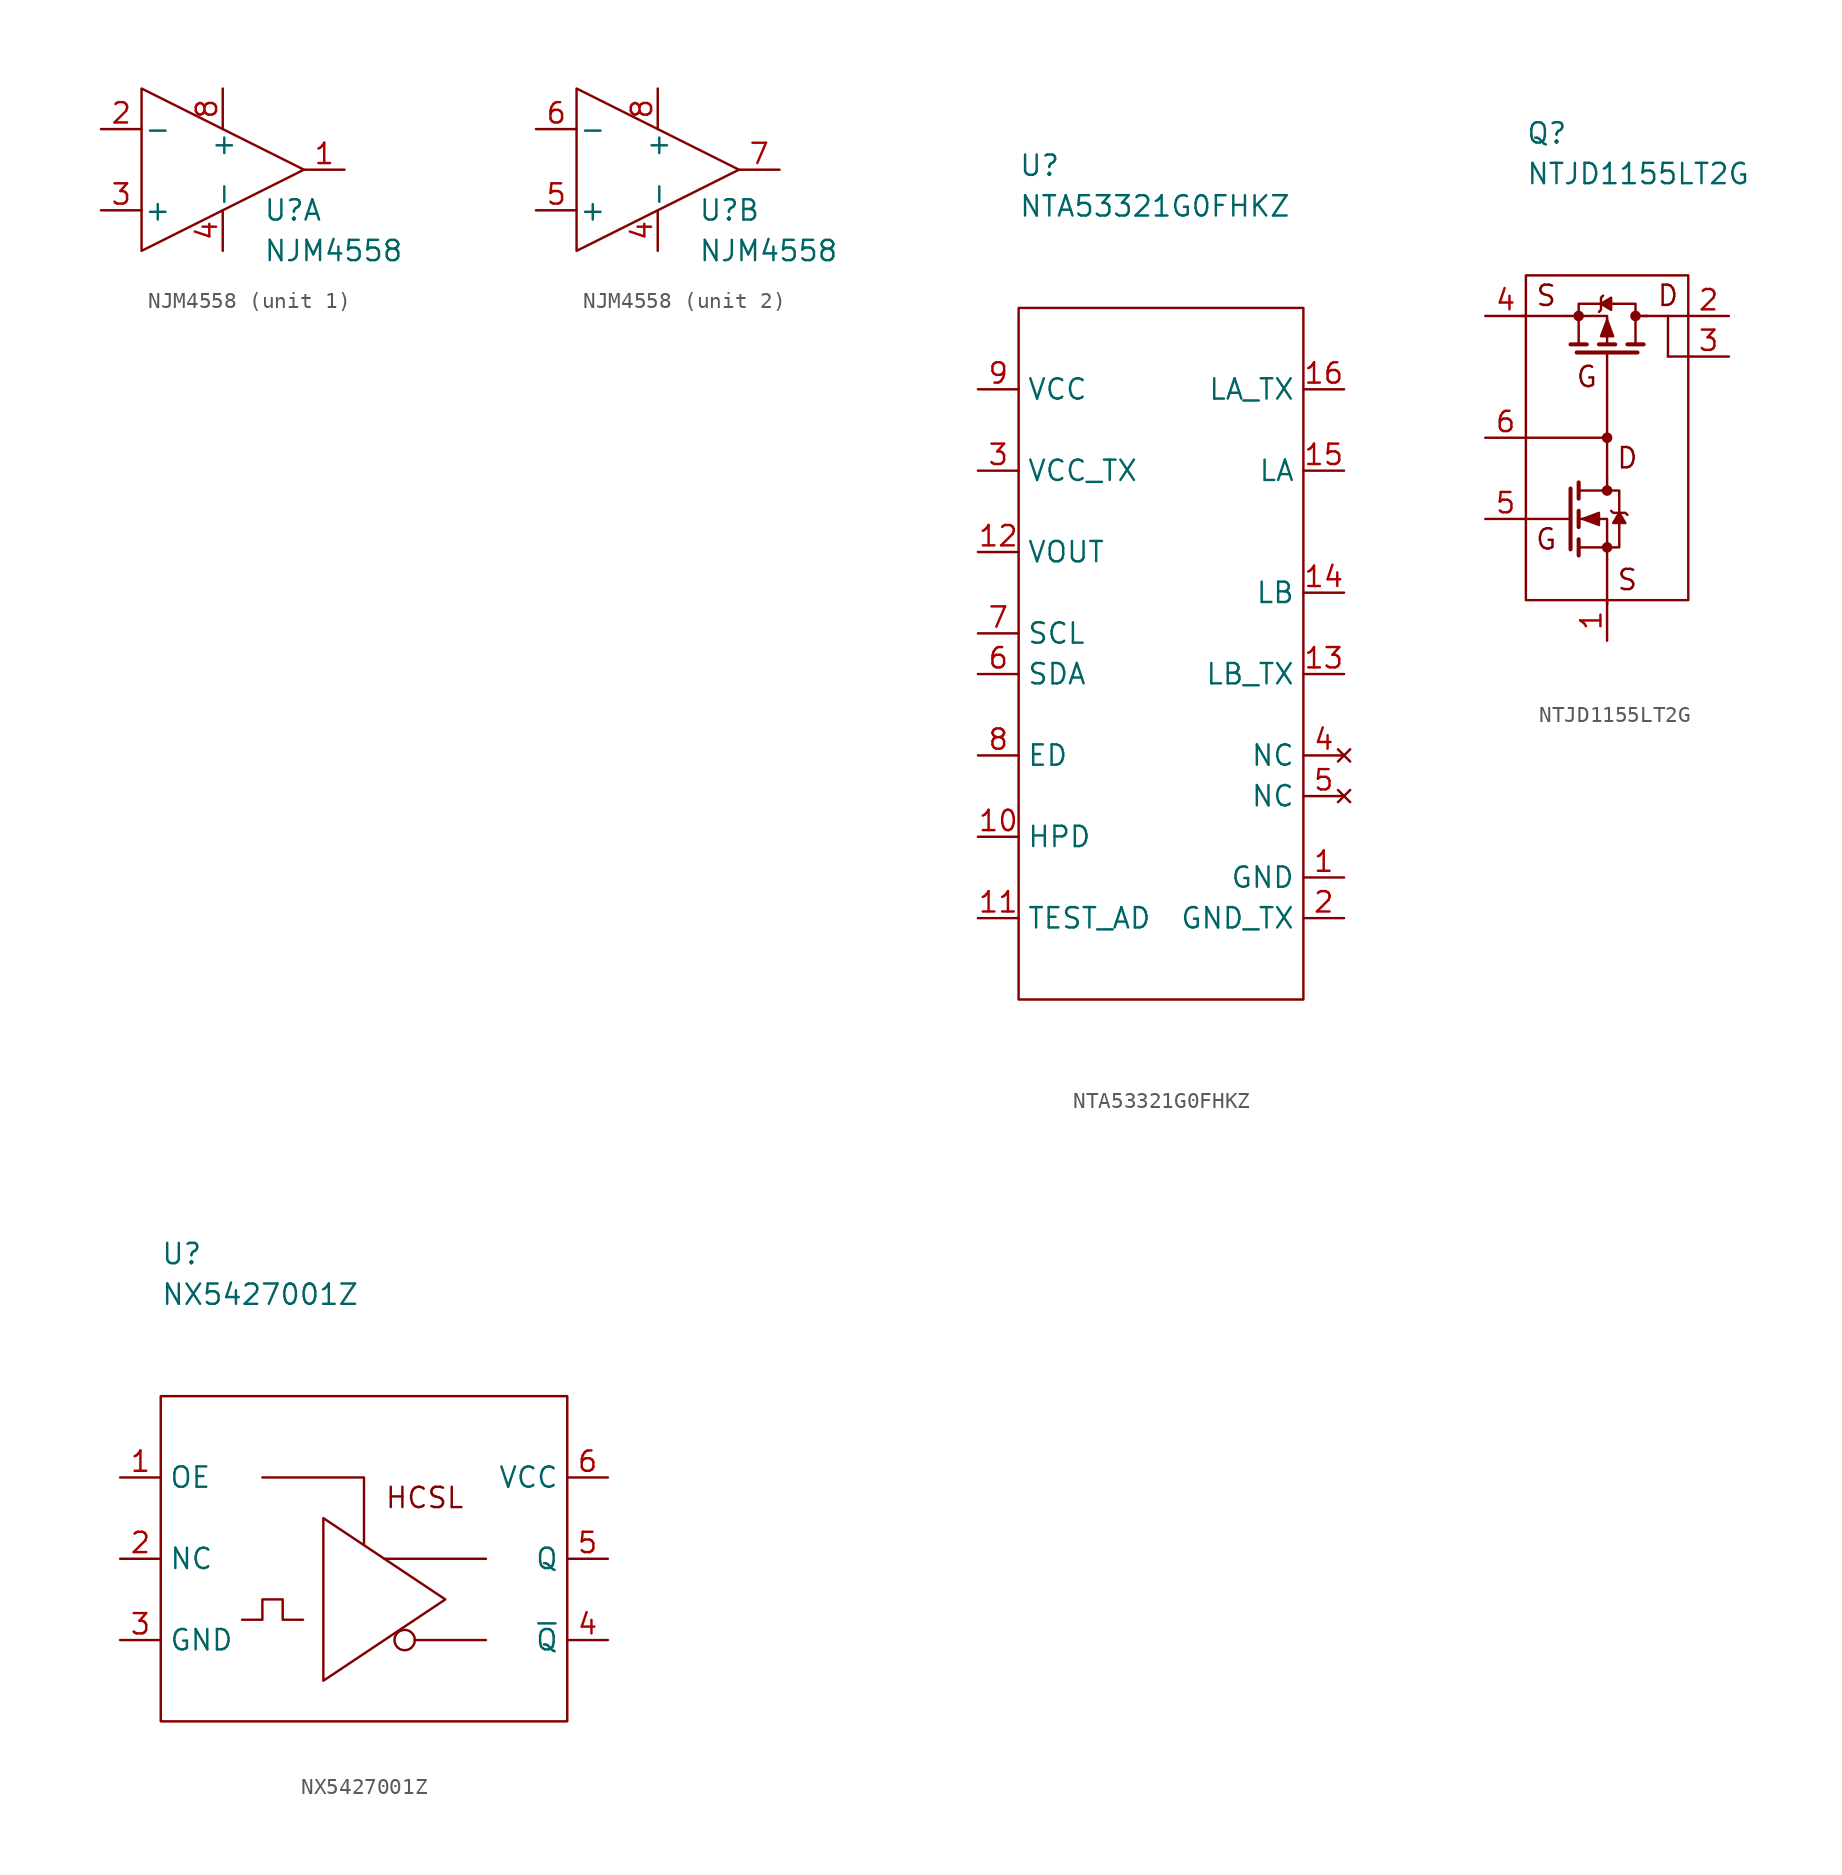
<source format=kicad_sym>
(kicad_symbol_lib
  (version 20211014)
  (generator kicad_symbol_editor)
  (symbol "NJM4558"
    (pin_names
      (offset 0.127))
    (property "Reference" "U"
      (at 2.54 -2.54 0)
      (effects (font (size 1.27 1.27)) (justify left)))
    (property "Value" "NJM4558"
      (at 2.54 -5.08 0)
      (effects (font (size 1.27 1.27)) (justify left)))
    (property "ki_locked" ""
      (at 0 0 0)
      (effects (font (size 1.27 1.27))))
    (symbol "NJM4558_1_1"
      (polyline (pts (xy -5.08 5.08) (xy 5.08 0) (xy -5.08 -5.08) (xy -5.08 5.08)) (stroke (width 0.152) (type default) (color 0 0 0 0)) (fill (type none)))
      (pin output line (at 7.62 0 180) (length 2.54) (name "~" (effects (font (size 1.27 1.27)))) (number "1" (effects (font (size 1.27 1.27)))))
      (pin input line (at -7.62 2.54 0) (length 2.54) (name "-" (effects (font (size 1.27 1.27)))) (number "2" (effects (font (size 1.27 1.27)))))
      (pin input line (at -7.62 -2.54 0) (length 2.54) (name "+" (effects (font (size 1.27 1.27)))) (number "3" (effects (font (size 1.27 1.27)))))
      (pin passive line (at 0 -5.08 90) (length 2.54) (name "-" (effects (font (size 1.27 1.27)))) (number "4" (effects (font (size 1.27 1.27)))))
      (pin passive line (at 0 5.08 270) (length 2.54) (name "+" (effects (font (size 1.27 1.27)))) (number "8" (effects (font (size 1.27 1.27))))))
    (symbol "NJM4558_2_1"
      (polyline (pts (xy -5.08 5.08) (xy 5.08 0) (xy -5.08 -5.08) (xy -5.08 5.08)) (stroke (width 0.152) (type default) (color 0 0 0 0)) (fill (type none)))
      (pin passive line (at 0 -5.08 90) (length 2.54) (name "-" (effects (font (size 1.27 1.27)))) (number "4" (effects (font (size 1.27 1.27)))))
      (pin input line (at -7.62 -2.54 0) (length 2.54) (name "+" (effects (font (size 1.27 1.27)))) (number "5" (effects (font (size 1.27 1.27)))))
      (pin input line (at -7.62 2.54 0) (length 2.54) (name "-" (effects (font (size 1.27 1.27)))) (number "6" (effects (font (size 1.27 1.27)))))
      (pin output line (at 7.62 0 180) (length 2.54) (name "~" (effects (font (size 1.27 1.27)))) (number "7" (effects (font (size 1.27 1.27)))))
      (pin passive line (at 0 5.08 270) (length 2.54) (name "+" (effects (font (size 1.27 1.27)))) (number "8" (effects (font (size 1.27 1.27)))))))
  (symbol "NTA53321G0FHKZ"
    (property "Reference" "U"
      (at 0 8.89 0)
      (effects (font (size 1.27 1.27)) (justify left)))
    (property "Value" "NTA53321G0FHKZ"
      (at 0 6.35 0)
      (effects (font (size 1.27 1.27)) (justify left)))
    (symbol "NTA53321G0FHKZ_0_1"
      (rectangle (start 0 0) (end 17.78 -43.18) (stroke (width 0.152) (type default) (color 0 0 0 0)) (fill (type none))))
    (symbol "NTA53321G0FHKZ_1_1"
      (pin passive line (at 20.32 -35.56 180) (length 2.54) (name "GND" (effects (font (size 1.27 1.27)))) (number "1" (effects (font (size 1.27 1.27)))))
      (pin passive line (at -2.54 -33.02 0) (length 2.54) (name "HPD" (effects (font (size 1.27 1.27)))) (number "10" (effects (font (size 1.27 1.27)))))
      (pin passive line (at -2.54 -38.1 0) (length 2.54) (name "TEST_AD" (effects (font (size 1.27 1.27)))) (number "11" (effects (font (size 1.27 1.27)))))
      (pin passive line (at -2.54 -15.24 0) (length 2.54) (name "VOUT" (effects (font (size 1.27 1.27)))) (number "12" (effects (font (size 1.27 1.27)))))
      (pin passive line (at 20.32 -22.86 180) (length 2.54) (name "LB_TX" (effects (font (size 1.27 1.27)))) (number "13" (effects (font (size 1.27 1.27)))))
      (pin passive line (at 20.32 -17.78 180) (length 2.54) (name "LB" (effects (font (size 1.27 1.27)))) (number "14" (effects (font (size 1.27 1.27)))))
      (pin passive line (at 20.32 -10.16 180) (length 2.54) (name "LA" (effects (font (size 1.27 1.27)))) (number "15" (effects (font (size 1.27 1.27)))))
      (pin passive line (at 20.32 -5.08 180) (length 2.54) (name "LA_TX" (effects (font (size 1.27 1.27)))) (number "16" (effects (font (size 1.27 1.27)))))
      (pin passive line (at 20.32 -38.1 180) (length 2.54) (name "GND_TX" (effects (font (size 1.27 1.27)))) (number "2" (effects (font (size 1.27 1.27)))))
      (pin passive line (at -2.54 -10.16 0) (length 2.54) (name "VCC_TX" (effects (font (size 1.27 1.27)))) (number "3" (effects (font (size 1.27 1.27)))))
      (pin no_connect line (at 20.32 -27.94 180) (length 2.54) (name "NC" (effects (font (size 1.27 1.27)))) (number "4" (effects (font (size 1.27 1.27)))))
      (pin no_connect line (at 20.32 -30.48 180) (length 2.54) (name "NC" (effects (font (size 1.27 1.27)))) (number "5" (effects (font (size 1.27 1.27)))))
      (pin passive line (at -2.54 -22.86 0) (length 2.54) (name "SDA" (effects (font (size 1.27 1.27)))) (number "6" (effects (font (size 1.27 1.27)))))
      (pin passive line (at -2.54 -20.32 0) (length 2.54) (name "SCL" (effects (font (size 1.27 1.27)))) (number "7" (effects (font (size 1.27 1.27)))))
      (pin passive line (at -2.54 -27.94 0) (length 2.54) (name "ED" (effects (font (size 1.27 1.27)))) (number "8" (effects (font (size 1.27 1.27)))))
      (pin passive line (at -2.54 -5.08 0) (length 2.54) (name "VCC" (effects (font (size 1.27 1.27)))) (number "9" (effects (font (size 1.27 1.27)))))))
  (symbol "NTJD1155LT2G"
    (pin_names hide)
    (property "Reference" "Q"
      (at 0 8.89 0)
      (effects (font (size 1.27 1.27)) (justify left)))
    (property "Value" "NTJD1155LT2G"
      (at 0 6.35 0)
      (effects (font (size 1.27 1.27)) (justify left)))
    (symbol "NTJD1155LT2G_0_0"
      (rectangle (start 0 0) (end 10.16 -20.32) (stroke (width 0.152) (type default) (color 0 0 0 0)) (fill (type none)))
      (text "D" (at 6.35 -11.43 0) (effects (font (size 1.27 1.27))))
      (text "D" (at 8.89 -1.27 0) (effects (font (size 1.27 1.27))))
      (text "G" (at 1.27 -16.51 0) (effects (font (size 1.27 1.27))))
      (text "G" (at 3.81 -6.35 0) (effects (font (size 1.27 1.27))))
      (text "S" (at 1.27 -1.27 0) (effects (font (size 1.27 1.27))))
      (text "S" (at 6.35 -19.05 0) (effects (font (size 1.27 1.27)))))
    (symbol "NTJD1155LT2G_0_1"
      (polyline (pts (xy 2.54 -2.54) (xy -0.254 -2.54)) (stroke (width 0) (type default) (color 0 0 0 0)) (fill (type none)))
      (polyline (pts (xy 2.794 -15.24) (xy 0 -15.24)) (stroke (width 0) (type default) (color 0 0 0 0)) (fill (type none)))
      (polyline (pts (xy 2.794 -13.335) (xy 2.794 -17.145)) (stroke (width 0.254) (type default) (color 0 0 0 0)) (fill (type none)))
      (polyline (pts (xy 3.302 -16.51) (xy 3.302 -17.526)) (stroke (width 0.254) (type default) (color 0 0 0 0)) (fill (type none)))
      (polyline (pts (xy 3.302 -14.732) (xy 3.302 -15.748)) (stroke (width 0.254) (type default) (color 0 0 0 0)) (fill (type none)))
      (polyline (pts (xy 3.302 -12.954) (xy 3.302 -13.97)) (stroke (width 0.254) (type default) (color 0 0 0 0)) (fill (type none)))
      (polyline (pts (xy 3.81 -4.318) (xy 2.794 -4.318)) (stroke (width 0.254) (type default) (color 0 0 0 0)) (fill (type none)))
      (polyline (pts (xy 5.08 -17.78) (xy 5.08 -20.574)) (stroke (width 0) (type default) (color 0 0 0 0)) (fill (type none)))
      (polyline (pts (xy 5.08 -12.7) (xy 5.08 -13.462)) (stroke (width 0) (type default) (color 0 0 0 0)) (fill (type none)))
      (polyline (pts (xy 5.08 -10.16) (xy 0 -10.16)) (stroke (width 0) (type default) (color 0 0 0 0)) (fill (type none)))
      (polyline (pts (xy 5.08 -7.62) (xy 5.08 -12.7)) (stroke (width 0.152) (type default) (color 0 0 0 0)) (fill (type none)))
      (polyline (pts (xy 5.08 -4.826) (xy 5.08 -7.62)) (stroke (width 0) (type default) (color 0 0 0 0)) (fill (type none)))
      (polyline (pts (xy 5.588 -4.318) (xy 4.572 -4.318)) (stroke (width 0.254) (type default) (color 0 0 0 0)) (fill (type none)))
      (polyline (pts (xy 6.985 -4.826) (xy 3.175 -4.826)) (stroke (width 0.254) (type default) (color 0 0 0 0)) (fill (type none)))
      (polyline (pts (xy 7.366 -4.318) (xy 6.35 -4.318)) (stroke (width 0.254) (type default) (color 0 0 0 0)) (fill (type none)))
      (polyline (pts (xy 7.62 -2.54) (xy 6.858 -2.54)) (stroke (width 0) (type default) (color 0 0 0 0)) (fill (type none)))
      (polyline (pts (xy 8.89 -5.08) (xy 8.89 -2.54)) (stroke (width 0.152) (type default) (color 0 0 0 0)) (fill (type none)))
      (polyline (pts (xy 10.16 -5.08) (xy 8.89 -5.08)) (stroke (width 0.152) (type default) (color 0 0 0 0)) (fill (type none)))
      (polyline (pts (xy 10.16 -2.54) (xy 7.366 -2.54)) (stroke (width 0) (type default) (color 0 0 0 0)) (fill (type none)))
      (polyline (pts (xy 2.54 -2.54) (xy 5.08 -2.54) (xy 5.08 -4.318)) (stroke (width 0) (type default) (color 0 0 0 0)) (fill (type none)))
      (polyline (pts (xy 5.08 -17.78) (xy 5.08 -15.24) (xy 3.302 -15.24)) (stroke (width 0) (type default) (color 0 0 0 0)) (fill (type none)))
      (polyline (pts (xy 3.302 -17.018) (xy 5.842 -17.018) (xy 5.842 -13.462) (xy 3.302 -13.462)) (stroke (width 0) (type default) (color 0 0 0 0)) (fill (type none)))
      (polyline (pts (xy 3.556 -15.24) (xy 4.572 -14.859) (xy 4.572 -15.621) (xy 3.556 -15.24)) (stroke (width 0) (type default) (color 0 0 0 0)) (fill (type outline)))
      (polyline (pts (xy 4.572 -2.286) (xy 4.699 -2.159) (xy 4.699 -1.397) (xy 4.826 -1.27)) (stroke (width 0) (type default) (color 0 0 0 0)) (fill (type none)))
      (polyline (pts (xy 4.699 -1.778) (xy 5.334 -2.159) (xy 5.334 -1.397) (xy 4.699 -1.778)) (stroke (width 0) (type default) (color 0 0 0 0)) (fill (type outline)))
      (polyline (pts (xy 5.08 -2.794) (xy 5.461 -3.81) (xy 4.699 -3.81) (xy 5.08 -2.794)) (stroke (width 0) (type default) (color 0 0 0 0)) (fill (type outline)))
      (polyline (pts (xy 5.334 -14.732) (xy 5.461 -14.859) (xy 6.223 -14.859) (xy 6.35 -14.986)) (stroke (width 0) (type default) (color 0 0 0 0)) (fill (type none)))
      (polyline (pts (xy 5.842 -14.859) (xy 5.461 -15.494) (xy 6.223 -15.494) (xy 5.842 -14.859)) (stroke (width 0) (type default) (color 0 0 0 0)) (fill (type outline)))
      (polyline (pts (xy 6.858 -4.318) (xy 6.858 -1.778) (xy 3.302 -1.778) (xy 3.302 -4.318)) (stroke (width 0) (type default) (color 0 0 0 0)) (fill (type none)))
      (circle (center 3.302 -2.54) (radius 0.254) (stroke (width 0) (type default) (color 0 0 0 0)) (fill (type outline)))
      (circle (center 5.08 -17.018) (radius 0.254) (stroke (width 0) (type default) (color 0 0 0 0)) (fill (type outline)))
      (circle (center 5.08 -13.462) (radius 0.254) (stroke (width 0) (type default) (color 0 0 0 0)) (fill (type outline)))
      (circle (center 5.08 -10.16) (radius 0.254) (stroke (width 0.152) (type default) (color 0 0 0 0)) (fill (type outline)))
      (circle (center 6.858 -2.54) (radius 0.254) (stroke (width 0) (type default) (color 0 0 0 0)) (fill (type outline))))
    (symbol "NTJD1155LT2G_1_1"
      (pin passive line (at 5.08 -22.86 90) (length 2.54) (name "1" (effects (font (size 1.27 1.27)))) (number "1" (effects (font (size 1.27 1.27)))))
      (pin passive line (at 12.7 -2.54 180) (length 2.54) (name "2" (effects (font (size 1.27 1.27)))) (number "2" (effects (font (size 1.27 1.27)))))
      (pin passive line (at 12.7 -5.08 180) (length 2.54) (name "3" (effects (font (size 1.27 1.27)))) (number "3" (effects (font (size 1.27 1.27)))))
      (pin passive line (at -2.54 -2.54 0) (length 2.54) (name "4" (effects (font (size 1.27 1.27)))) (number "4" (effects (font (size 1.27 1.27)))))
      (pin passive line (at -2.54 -15.24 0) (length 2.54) (name "5" (effects (font (size 1.27 1.27)))) (number "5" (effects (font (size 1.27 1.27)))))
      (pin passive line (at -2.54 -10.16 0) (length 2.54) (name "6" (effects (font (size 1.27 1.27)))) (number "6" (effects (font (size 1.27 1.27)))))))
  (symbol "NX5427001Z"
    (property "Reference" "U"
      (at 0 8.89 0)
      (effects (font (size 1.27 1.27)) (justify left)))
    (property "Value" "NX5427001Z"
      (at 0 6.35 0)
      (effects (font (size 1.27 1.27)) (justify left)))
    (symbol "NX5427001Z_0_0"
      (text "HCSL" (at 13.97 -6.35 0) (effects (font (size 1.27 1.27)) (justify left))))
    (symbol "NX5427001Z_0_1"
      (polyline (pts (xy 20.32 -15.24) (xy 15.875 -15.24)) (stroke (width 0.152) (type default) (color 0 0 0 0)) (fill (type none)))
      (polyline (pts (xy 20.32 -10.16) (xy 13.97 -10.16)) (stroke (width 0.152) (type default) (color 0 0 0 0)) (fill (type none)))
      (polyline (pts (xy 6.35 -5.08) (xy 12.7 -5.08) (xy 12.7 -9.271)) (stroke (width 0.152) (type default) (color 0 0 0 0)) (fill (type none)))
      (polyline (pts (xy 17.78 -12.7) (xy 10.16 -7.62) (xy 10.16 -17.78) (xy 17.78 -12.7)) (stroke (width 0.152) (type default) (color 0 0 0 0)) (fill (type none)))
      (polyline (pts (xy 5.08 -13.97) (xy 6.35 -13.97) (xy 6.35 -12.7) (xy 7.62 -12.7) (xy 7.62 -13.97) (xy 8.89 -13.97)) (stroke (width 0.152) (type default) (color 0 0 0 0)) (fill (type none)))
      (rectangle (start 0 0) (end 25.4 -20.32) (stroke (width 0.152) (type default) (color 0 0 0 0)) (fill (type none)))
      (circle (center 15.24 -15.24) (radius 0.635) (stroke (width 0.152) (type default) (color 0 0 0 0)) (fill (type none))))
    (symbol "NX5427001Z_1_1"
      (pin passive line (at -2.54 -5.08 0) (length 2.54) (name "OE" (effects (font (size 1.27 1.27)))) (number "1" (effects (font (size 1.27 1.27)))))
      (pin passive line (at -2.54 -10.16 0) (length 2.54) (name "NC" (effects (font (size 1.27 1.27)))) (number "2" (effects (font (size 1.27 1.27)))))
      (pin passive line (at -2.54 -15.24 0) (length 2.54) (name "GND" (effects (font (size 1.27 1.27)))) (number "3" (effects (font (size 1.27 1.27)))))
      (pin passive line (at 27.94 -15.24 180) (length 2.54) (name "~{Q}" (effects (font (size 1.27 1.27)))) (number "4" (effects (font (size 1.27 1.27)))))
      (pin passive line (at 27.94 -10.16 180) (length 2.54) (name "Q" (effects (font (size 1.27 1.27)))) (number "5" (effects (font (size 1.27 1.27)))))
      (pin passive line (at 27.94 -5.08 180) (length 2.54) (name "VCC" (effects (font (size 1.27 1.27)))) (number "6" (effects (font (size 1.27 1.27))))))))
</source>
